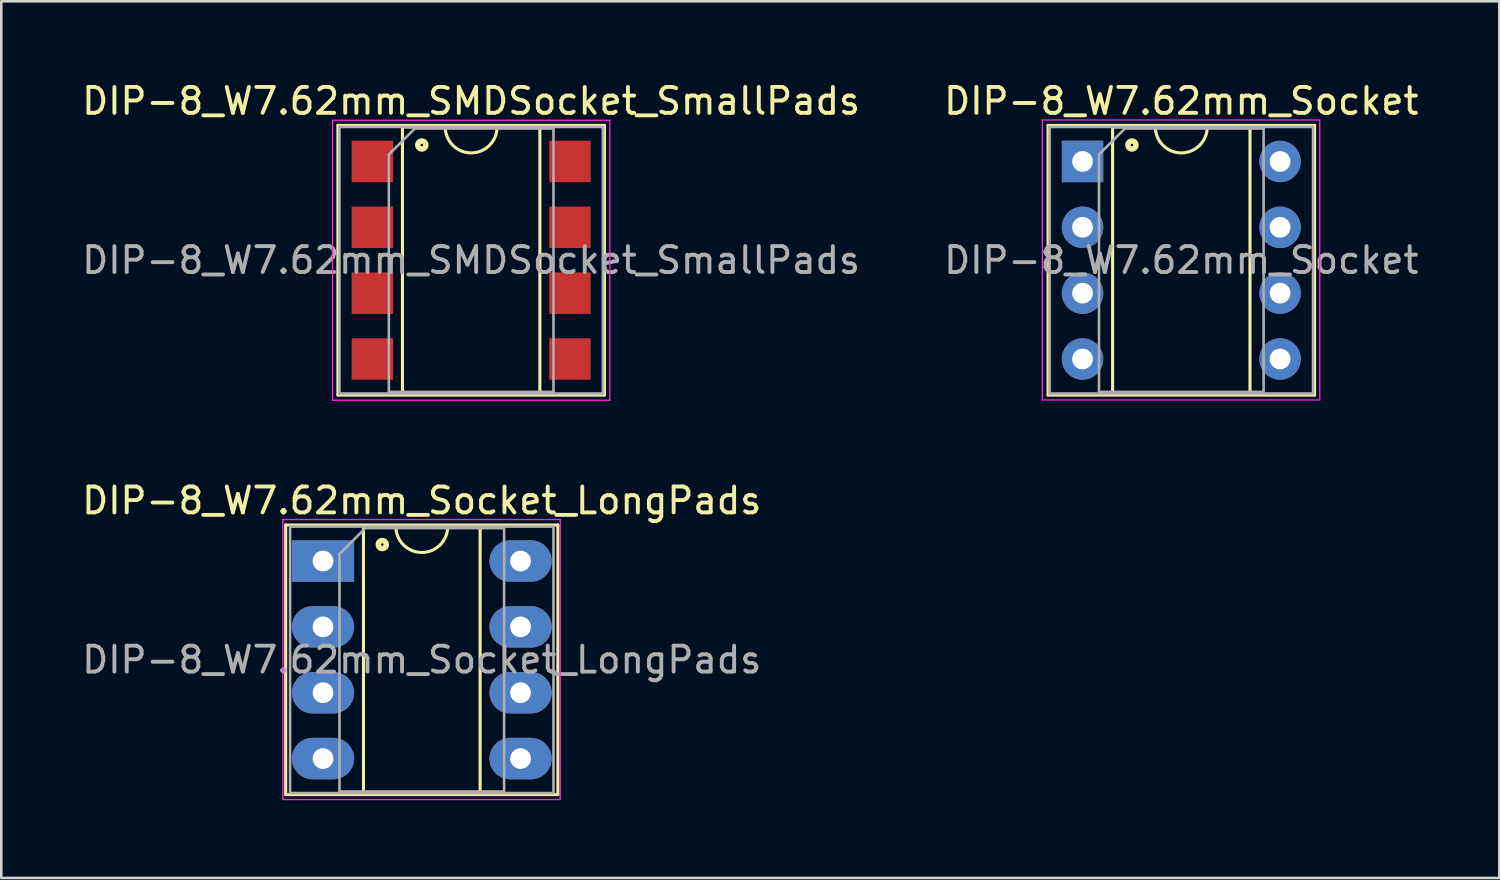
<source format=kicad_pcb>
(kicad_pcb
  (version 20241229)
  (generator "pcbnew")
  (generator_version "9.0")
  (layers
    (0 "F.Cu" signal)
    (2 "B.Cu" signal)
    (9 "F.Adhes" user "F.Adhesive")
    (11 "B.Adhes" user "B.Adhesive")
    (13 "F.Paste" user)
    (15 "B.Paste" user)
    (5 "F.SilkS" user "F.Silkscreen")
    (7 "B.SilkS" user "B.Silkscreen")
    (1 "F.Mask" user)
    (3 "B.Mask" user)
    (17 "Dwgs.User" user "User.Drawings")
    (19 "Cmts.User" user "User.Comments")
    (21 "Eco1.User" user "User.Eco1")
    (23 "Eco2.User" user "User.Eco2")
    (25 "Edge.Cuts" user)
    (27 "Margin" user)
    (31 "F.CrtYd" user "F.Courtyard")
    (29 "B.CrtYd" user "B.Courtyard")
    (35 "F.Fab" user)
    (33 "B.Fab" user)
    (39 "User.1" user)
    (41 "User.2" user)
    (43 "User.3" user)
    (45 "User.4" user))
  (footprint "DIP-8_W7.62mm_SMDSocket_SmallPads"
    (layer "F.Cu")
    (at 15.125 6.988)
    (property "Reference" "DIP-8_W7.62mm_SMDSocket_SmallPads" (at 0 -6.14 0) (layer "F.SilkS") (effects (font (size 1 1) (thickness 0.15))))
    (attr smd)
    (fp_line (start -5.14 -5.2) (end -5.14 5.2) (stroke (width 0.12) (type solid)) (layer "F.SilkS"))
    (fp_line (start -5.14 5.2) (end 5.14 5.2) (stroke (width 0.12) (type solid)) (layer "F.SilkS"))
    (fp_line (start -2.65 -5.14) (end -2.65 5.14) (stroke (width 0.12) (type solid)) (layer "F.SilkS"))
    (fp_line (start -2.65 5.14) (end 2.65 5.14) (stroke (width 0.12) (type solid)) (layer "F.SilkS"))
    (fp_line (start -1 -5.14) (end -2.65 -5.14) (stroke (width 0.12) (type solid)) (layer "F.SilkS"))
    (fp_line (start 2.65 -5.14) (end 1 -5.14) (stroke (width 0.12) (type solid)) (layer "F.SilkS"))
    (fp_line (start 2.65 5.14) (end 2.65 -5.14) (stroke (width 0.12) (type solid)) (layer "F.SilkS"))
    (fp_line (start 5.14 -5.2) (end -5.14 -5.2) (stroke (width 0.12) (type solid)) (layer "F.SilkS"))
    (fp_line (start 5.14 5.2) (end 5.14 -5.2) (stroke (width 0.12) (type solid)) (layer "F.SilkS"))
    (fp_arc (start 1 -5.14) (mid 0 -4.14) (end -1 -5.14) (stroke (width 0.12) (type solid)) (layer "F.SilkS"))
    (fp_circle (center -1.905 -4.445) (end -1.855 -4.445) (stroke (width 0.12) (type solid)) (fill no) (layer "F.SilkS"))
    (fp_circle (center -1.905 -4.445) (end -1.78 -4.445) (stroke (width 0.12) (type solid)) (fill no) (layer "F.SilkS"))
    (fp_circle (center -1.905 -4.445) (end -1.705 -4.445) (stroke (width 0.12) (type solid)) (fill no) (layer "F.SilkS"))
    (fp_line (start -5.35 -5.4) (end -5.35 5.4) (stroke (width 0.05) (type solid)) (layer "F.CrtYd"))
    (fp_line (start -5.35 5.4) (end 5.35 5.4) (stroke (width 0.05) (type solid)) (layer "F.CrtYd"))
    (fp_line (start 5.35 -5.4) (end -5.35 -5.4) (stroke (width 0.05) (type solid)) (layer "F.CrtYd"))
    (fp_line (start 5.35 5.4) (end 5.35 -5.4) (stroke (width 0.05) (type solid)) (layer "F.CrtYd"))
    (fp_line (start -5.08 -5.14) (end -5.08 5.14) (stroke (width 0.1) (type solid)) (layer "F.Fab"))
    (fp_line (start -5.08 5.14) (end 5.08 5.14) (stroke (width 0.1) (type solid)) (layer "F.Fab"))
    (fp_line (start -3.175 -4.08) (end -2.175 -5.08) (stroke (width 0.1) (type solid)) (layer "F.Fab"))
    (fp_line (start -3.175 5.08) (end -3.175 -4.08) (stroke (width 0.1) (type solid)) (layer "F.Fab"))
    (fp_line (start -2.175 -5.08) (end 3.175 -5.08) (stroke (width 0.1) (type solid)) (layer "F.Fab"))
    (fp_line (start 3.175 -5.08) (end 3.175 5.08) (stroke (width 0.1) (type solid)) (layer "F.Fab"))
    (fp_line (start 3.175 5.08) (end -3.175 5.08) (stroke (width 0.1) (type solid)) (layer "F.Fab"))
    (fp_line (start 5.08 -5.14) (end -5.08 -5.14) (stroke (width 0.1) (type solid)) (layer "F.Fab"))
    (fp_line (start 5.08 5.14) (end 5.08 -5.14) (stroke (width 0.1) (type solid)) (layer "F.Fab"))
    (fp_text user "${REFERENCE}" (at 0 0 0) (layer "F.Fab") (effects (font (size 1 1) (thickness 0.15))))
    (pad "1" smd rect (at -3.81 -3.81) (size 1.6 1.6) (layers "F.Cu" "F.Mask" "F.Paste"))
    (pad "2" smd rect (at -3.81 -1.27) (size 1.6 1.6) (layers "F.Cu" "F.Mask" "F.Paste"))
    (pad "3" smd rect (at -3.81 1.27) (size 1.6 1.6) (layers "F.Cu" "F.Mask" "F.Paste"))
    (pad "4" smd rect (at -3.81 3.81) (size 1.6 1.6) (layers "F.Cu" "F.Mask" "F.Paste"))
    (pad "5" smd rect (at 3.81 3.81) (size 1.6 1.6) (layers "F.Cu" "F.Mask" "F.Paste"))
    (pad "6" smd rect (at 3.81 1.27) (size 1.6 1.6) (layers "F.Cu" "F.Mask" "F.Paste"))
    (pad "7" smd rect (at 3.81 -1.27) (size 1.6 1.6) (layers "F.Cu" "F.Mask" "F.Paste"))
    (pad "8" smd rect (at 3.81 -3.81) (size 1.6 1.6) (layers "F.Cu" "F.Mask" "F.Paste")))
  (footprint "DIP-8_W7.62mm_Socket"
    (layer "F.Cu")
    (at 38.708 3.178)
    (property "Reference" "DIP-8_W7.62mm_Socket" (at 3.81 -2.33 0) (layer "F.SilkS") (effects (font (size 1 1) (thickness 0.15))))
    (attr through_hole)
    (fp_line (start -1.33 -1.39) (end -1.33 9.01) (stroke (width 0.12) (type solid)) (layer "F.SilkS"))
    (fp_line (start -1.33 9.01) (end 8.95 9.01) (stroke (width 0.12) (type solid)) (layer "F.SilkS"))
    (fp_line (start 1.16 -1.33) (end 1.16 8.95) (stroke (width 0.12) (type solid)) (layer "F.SilkS"))
    (fp_line (start 1.16 8.95) (end 6.46 8.95) (stroke (width 0.12) (type solid)) (layer "F.SilkS"))
    (fp_line (start 2.81 -1.33) (end 1.16 -1.33) (stroke (width 0.12) (type solid)) (layer "F.SilkS"))
    (fp_line (start 6.46 -1.33) (end 4.81 -1.33) (stroke (width 0.12) (type solid)) (layer "F.SilkS"))
    (fp_line (start 6.46 8.95) (end 6.46 -1.33) (stroke (width 0.12) (type solid)) (layer "F.SilkS"))
    (fp_line (start 8.95 -1.39) (end -1.33 -1.39) (stroke (width 0.12) (type solid)) (layer "F.SilkS"))
    (fp_line (start 8.95 9.01) (end 8.95 -1.39) (stroke (width 0.12) (type solid)) (layer "F.SilkS"))
    (fp_arc (start 4.81 -1.33) (mid 3.81 -0.33) (end 2.81 -1.33) (stroke (width 0.12) (type solid)) (layer "F.SilkS"))
    (fp_circle (center 1.905 -0.635) (end 1.955 -0.635) (stroke (width 0.12) (type solid)) (fill no) (layer "F.SilkS"))
    (fp_circle (center 1.905 -0.635) (end 2.03 -0.635) (stroke (width 0.12) (type solid)) (fill no) (layer "F.SilkS"))
    (fp_circle (center 1.905 -0.635) (end 2.105 -0.635) (stroke (width 0.12) (type solid)) (fill no) (layer "F.SilkS"))
    (fp_line (start -1.55 -1.6) (end -1.55 9.2) (stroke (width 0.05) (type solid)) (layer "F.CrtYd"))
    (fp_line (start -1.55 9.2) (end 9.15 9.2) (stroke (width 0.05) (type solid)) (layer "F.CrtYd"))
    (fp_line (start 9.15 -1.6) (end -1.55 -1.6) (stroke (width 0.05) (type solid)) (layer "F.CrtYd"))
    (fp_line (start 9.15 9.2) (end 9.15 -1.6) (stroke (width 0.05) (type solid)) (layer "F.CrtYd"))
    (fp_line (start -1.27 -1.33) (end -1.27 8.95) (stroke (width 0.1) (type solid)) (layer "F.Fab"))
    (fp_line (start -1.27 8.95) (end 8.89 8.95) (stroke (width 0.1) (type solid)) (layer "F.Fab"))
    (fp_line (start 0.635 -0.27) (end 1.635 -1.27) (stroke (width 0.1) (type solid)) (layer "F.Fab"))
    (fp_line (start 0.635 8.89) (end 0.635 -0.27) (stroke (width 0.1) (type solid)) (layer "F.Fab"))
    (fp_line (start 1.635 -1.27) (end 6.985 -1.27) (stroke (width 0.1) (type solid)) (layer "F.Fab"))
    (fp_line (start 6.985 -1.27) (end 6.985 8.89) (stroke (width 0.1) (type solid)) (layer "F.Fab"))
    (fp_line (start 6.985 8.89) (end 0.635 8.89) (stroke (width 0.1) (type solid)) (layer "F.Fab"))
    (fp_line (start 8.89 -1.33) (end -1.27 -1.33) (stroke (width 0.1) (type solid)) (layer "F.Fab"))
    (fp_line (start 8.89 8.95) (end 8.89 -1.33) (stroke (width 0.1) (type solid)) (layer "F.Fab"))
    (fp_text user "${REFERENCE}" (at 3.81 3.81 0) (layer "F.Fab") (effects (font (size 1 1) (thickness 0.15))))
    (pad "1" thru_hole rect (at 0 0) (size 1.6 1.6) (drill 0.8) (layers "*.Cu" "*.Mask"))
    (pad "2" thru_hole oval (at 0 2.54) (size 1.6 1.6) (drill 0.8) (layers "*.Cu" "*.Mask"))
    (pad "3" thru_hole oval (at 0 5.08) (size 1.6 1.6) (drill 0.8) (layers "*.Cu" "*.Mask"))
    (pad "4" thru_hole oval (at 0 7.62) (size 1.6 1.6) (drill 0.8) (layers "*.Cu" "*.Mask"))
    (pad "5" thru_hole oval (at 7.62 7.62) (size 1.6 1.6) (drill 0.8) (layers "*.Cu" "*.Mask"))
    (pad "6" thru_hole oval (at 7.62 5.08) (size 1.6 1.6) (drill 0.8) (layers "*.Cu" "*.Mask"))
    (pad "7" thru_hole oval (at 7.62 2.54) (size 1.6 1.6) (drill 0.8) (layers "*.Cu" "*.Mask"))
    (pad "8" thru_hole oval (at 7.62 0) (size 1.6 1.6) (drill 0.8) (layers "*.Cu" "*.Mask")))
  (footprint "DIP-8_W7.62mm_Socket_LongPads"
    (layer "F.Cu")
    (at 9.41 18.591)
    (property "Reference" "DIP-8_W7.62mm_Socket_LongPads" (at 3.81 -2.33 0) (layer "F.SilkS") (effects (font (size 1 1) (thickness 0.15))))
    (attr through_hole)
    (fp_line (start -1.44 -1.39) (end -1.44 9.01) (stroke (width 0.12) (type solid)) (layer "F.SilkS"))
    (fp_line (start -1.44 9.01) (end 9.06 9.01) (stroke (width 0.12) (type solid)) (layer "F.SilkS"))
    (fp_line (start 1.56 -1.33) (end 1.56 8.95) (stroke (width 0.12) (type solid)) (layer "F.SilkS"))
    (fp_line (start 1.56 8.95) (end 6.06 8.95) (stroke (width 0.12) (type solid)) (layer "F.SilkS"))
    (fp_line (start 2.81 -1.33) (end 1.56 -1.33) (stroke (width 0.12) (type solid)) (layer "F.SilkS"))
    (fp_line (start 6.06 -1.33) (end 4.81 -1.33) (stroke (width 0.12) (type solid)) (layer "F.SilkS"))
    (fp_line (start 6.06 8.95) (end 6.06 -1.33) (stroke (width 0.12) (type solid)) (layer "F.SilkS"))
    (fp_line (start 9.06 -1.39) (end -1.44 -1.39) (stroke (width 0.12) (type solid)) (layer "F.SilkS"))
    (fp_line (start 9.06 9.01) (end 9.06 -1.39) (stroke (width 0.12) (type solid)) (layer "F.SilkS"))
    (fp_arc (start 4.81 -1.33) (mid 3.81 -0.33) (end 2.81 -1.33) (stroke (width 0.12) (type solid)) (layer "F.SilkS"))
    (fp_circle (center 2.286 -0.635) (end 2.336 -0.635) (stroke (width 0.12) (type solid)) (fill no) (layer "F.SilkS"))
    (fp_circle (center 2.286 -0.635) (end 2.411 -0.635) (stroke (width 0.12) (type solid)) (fill no) (layer "F.SilkS"))
    (fp_circle (center 2.286 -0.635) (end 2.486 -0.635) (stroke (width 0.12) (type solid)) (fill no) (layer "F.SilkS"))
    (fp_line (start -1.55 -1.6) (end -1.55 9.2) (stroke (width 0.05) (type solid)) (layer "F.CrtYd"))
    (fp_line (start -1.55 9.2) (end 9.15 9.2) (stroke (width 0.05) (type solid)) (layer "F.CrtYd"))
    (fp_line (start 9.15 -1.6) (end -1.55 -1.6) (stroke (width 0.05) (type solid)) (layer "F.CrtYd"))
    (fp_line (start 9.15 9.2) (end 9.15 -1.6) (stroke (width 0.05) (type solid)) (layer "F.CrtYd"))
    (fp_line (start -1.27 -1.33) (end -1.27 8.95) (stroke (width 0.1) (type solid)) (layer "F.Fab"))
    (fp_line (start -1.27 8.95) (end 8.89 8.95) (stroke (width 0.1) (type solid)) (layer "F.Fab"))
    (fp_line (start 0.635 -0.27) (end 1.635 -1.27) (stroke (width 0.1) (type solid)) (layer "F.Fab"))
    (fp_line (start 0.635 8.89) (end 0.635 -0.27) (stroke (width 0.1) (type solid)) (layer "F.Fab"))
    (fp_line (start 1.635 -1.27) (end 6.985 -1.27) (stroke (width 0.1) (type solid)) (layer "F.Fab"))
    (fp_line (start 6.985 -1.27) (end 6.985 8.89) (stroke (width 0.1) (type solid)) (layer "F.Fab"))
    (fp_line (start 6.985 8.89) (end 0.635 8.89) (stroke (width 0.1) (type solid)) (layer "F.Fab"))
    (fp_line (start 8.89 -1.33) (end -1.27 -1.33) (stroke (width 0.1) (type solid)) (layer "F.Fab"))
    (fp_line (start 8.89 8.95) (end 8.89 -1.33) (stroke (width 0.1) (type solid)) (layer "F.Fab"))
    (fp_text user "${REFERENCE}" (at 3.81 3.81 0) (layer "F.Fab") (effects (font (size 1 1) (thickness 0.15))))
    (pad "1" thru_hole rect (at 0 0) (size 2.4 1.6) (drill 0.8) (layers "*.Cu" "*.Mask"))
    (pad "2" thru_hole oval (at 0 2.54) (size 2.4 1.6) (drill 0.8) (layers "*.Cu" "*.Mask"))
    (pad "3" thru_hole oval (at 0 5.08) (size 2.4 1.6) (drill 0.8) (layers "*.Cu" "*.Mask"))
    (pad "4" thru_hole oval (at 0 7.62) (size 2.4 1.6) (drill 0.8) (layers "*.Cu" "*.Mask"))
    (pad "5" thru_hole oval (at 7.62 7.62) (size 2.4 1.6) (drill 0.8) (layers "*.Cu" "*.Mask"))
    (pad "6" thru_hole oval (at 7.62 5.08) (size 2.4 1.6) (drill 0.8) (layers "*.Cu" "*.Mask"))
    (pad "7" thru_hole oval (at 7.62 2.54) (size 2.4 1.6) (drill 0.8) (layers "*.Cu" "*.Mask"))
    (pad "8" thru_hole oval (at 7.62 0) (size 2.4 1.6) (drill 0.8) (layers "*.Cu" "*.Mask")))
  (gr_rect
    (start -3 -3)
    (end 54.786 30.817)
    (stroke (width 0.1) (type default))
    (fill no)
    (layer "Edge.Cuts")))
</source>
